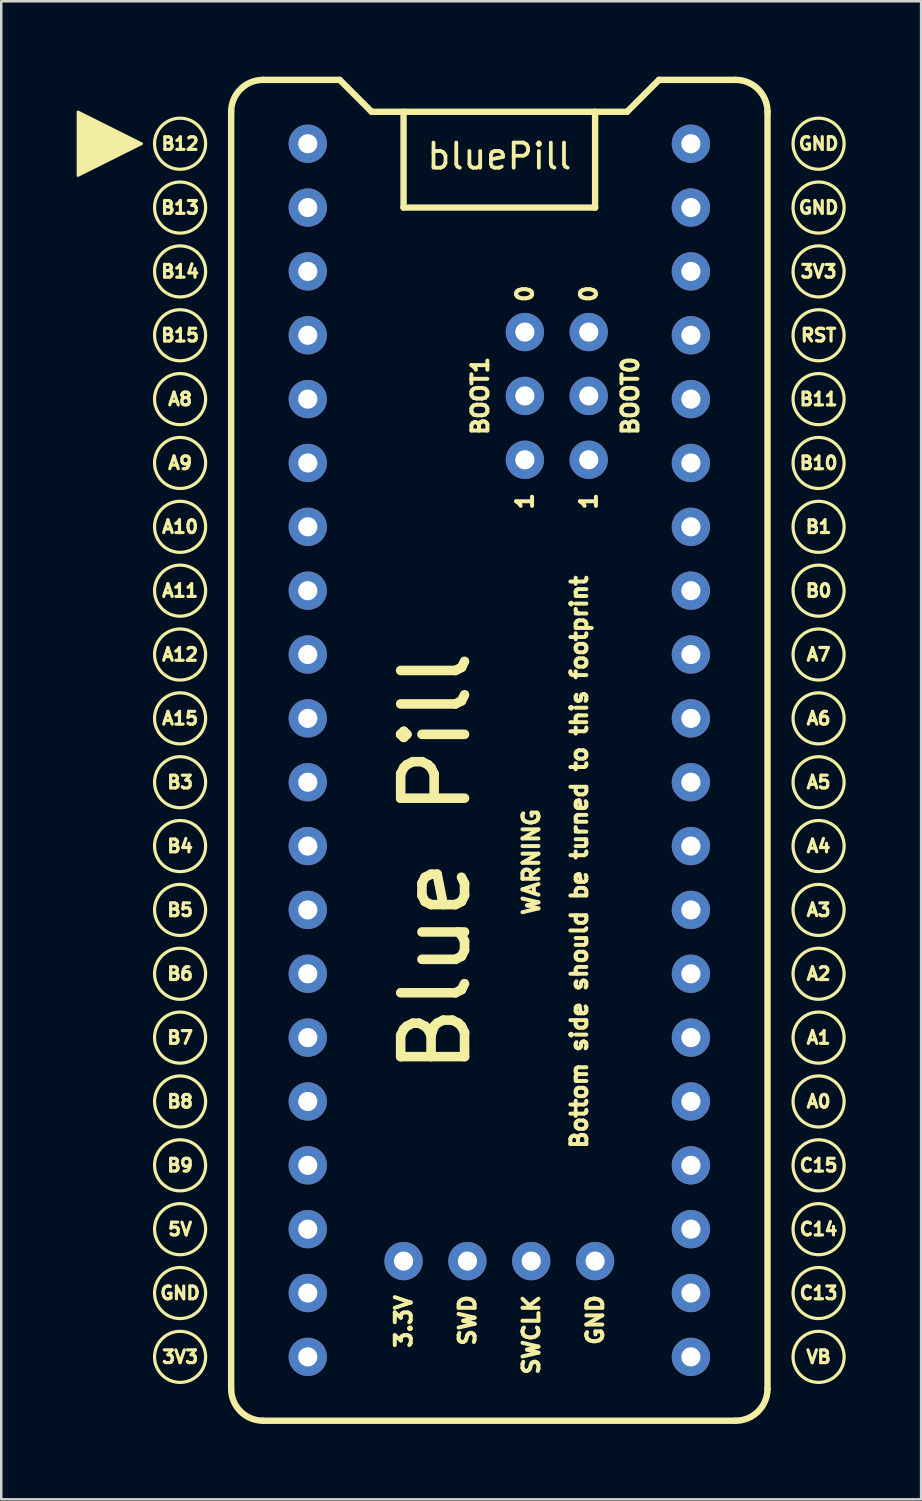
<source format=kicad_pcb>
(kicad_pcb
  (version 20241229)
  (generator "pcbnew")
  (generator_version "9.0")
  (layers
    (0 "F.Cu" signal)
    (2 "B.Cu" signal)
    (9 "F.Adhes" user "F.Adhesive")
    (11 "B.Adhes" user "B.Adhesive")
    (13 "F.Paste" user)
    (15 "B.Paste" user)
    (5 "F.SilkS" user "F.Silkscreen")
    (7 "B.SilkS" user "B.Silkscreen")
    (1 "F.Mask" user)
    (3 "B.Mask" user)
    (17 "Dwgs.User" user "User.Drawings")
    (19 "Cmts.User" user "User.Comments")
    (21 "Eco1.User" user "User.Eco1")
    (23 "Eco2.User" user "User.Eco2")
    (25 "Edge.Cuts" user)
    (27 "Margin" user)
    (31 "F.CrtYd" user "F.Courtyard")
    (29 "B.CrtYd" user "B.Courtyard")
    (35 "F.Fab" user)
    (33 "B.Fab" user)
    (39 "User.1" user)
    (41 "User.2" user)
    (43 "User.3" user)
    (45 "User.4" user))
  (footprint "bluePill"
    (layer "F.Cu")
    (at 16.814 2.667)
    (property "Reference" "bluePill" (at 0 0.5 0) (layer "F.SilkS") (effects (font (size 1 1) (thickness 0.15))))
    (attr through_hole)
    (fp_line (start -10.668 49.53) (end -10.668 -1.27) (stroke (width 0.254) (type solid)) (layer "F.SilkS"))
    (fp_line (start -9.398 -2.54) (end -6.35 -2.54) (stroke (width 0.254) (type solid)) (layer "F.SilkS"))
    (fp_line (start -6.35 -2.54) (end -5.08 -1.27) (stroke (width 0.254) (type solid)) (layer "F.SilkS"))
    (fp_line (start -5.08 -1.27) (end 5.08 -1.27) (stroke (width 0.254) (type solid)) (layer "F.SilkS"))
    (fp_line (start -3.81 -1.27) (end -3.81 2.54) (stroke (width 0.254) (type solid)) (layer "F.SilkS"))
    (fp_line (start -3.81 2.54) (end 3.81 2.54) (stroke (width 0.254) (type solid)) (layer "F.SilkS"))
    (fp_line (start 3.81 2.54) (end 3.81 -1.27) (stroke (width 0.254) (type solid)) (layer "F.SilkS"))
    (fp_line (start 5.08 -1.27) (end 6.35 -2.54) (stroke (width 0.254) (type solid)) (layer "F.SilkS"))
    (fp_line (start 6.35 -2.54) (end 9.398 -2.54) (stroke (width 0.254) (type solid)) (layer "F.SilkS"))
    (fp_line (start 9.398 50.8) (end -9.398 50.8) (stroke (width 0.254) (type solid)) (layer "F.SilkS"))
    (fp_line (start 10.668 -1.27) (end 10.668 49.53) (stroke (width 0.254) (type solid)) (layer "F.SilkS"))
    (fp_arc (start -10.668 -1.27) (mid -10.296026 -2.168026) (end -9.398 -2.54) (stroke (width 0.254) (type solid)) (layer "F.SilkS"))
    (fp_arc (start -9.398 50.8) (mid -10.296026 50.428026) (end -10.668 49.53) (stroke (width 0.254) (type solid)) (layer "F.SilkS"))
    (fp_arc (start 9.398 -2.54) (mid 10.296026 -2.168026) (end 10.668 -1.27) (stroke (width 0.254) (type solid)) (layer "F.SilkS"))
    (fp_arc (start 10.668 49.53) (mid 10.296026 50.428026) (end 9.398 50.8) (stroke (width 0.254) (type solid)) (layer "F.SilkS"))
    (fp_circle (center -12.7 0) (end -11.684 0) (stroke (width 0.127) (type solid)) (fill no) (layer "F.SilkS"))
    (fp_circle (center -12.7 2.54) (end -11.684 2.54) (stroke (width 0.127) (type solid)) (fill no) (layer "F.SilkS"))
    (fp_circle (center -12.7 5.08) (end -11.684 5.08) (stroke (width 0.127) (type solid)) (fill no) (layer "F.SilkS"))
    (fp_circle (center -12.7 7.62) (end -11.684 7.62) (stroke (width 0.127) (type solid)) (fill no) (layer "F.SilkS"))
    (fp_circle (center -12.7 10.16) (end -11.684 10.16) (stroke (width 0.127) (type solid)) (fill no) (layer "F.SilkS"))
    (fp_circle (center -12.7 12.7) (end -11.684 12.7) (stroke (width 0.127) (type solid)) (fill no) (layer "F.SilkS"))
    (fp_circle (center -12.7 15.24) (end -11.684 15.24) (stroke (width 0.127) (type solid)) (fill no) (layer "F.SilkS"))
    (fp_circle (center -12.7 17.78) (end -11.684 17.78) (stroke (width 0.127) (type solid)) (fill no) (layer "F.SilkS"))
    (fp_circle (center -12.7 20.32) (end -11.684 20.32) (stroke (width 0.127) (type solid)) (fill no) (layer "F.SilkS"))
    (fp_circle (center -12.7 22.86) (end -11.684 22.86) (stroke (width 0.127) (type solid)) (fill no) (layer "F.SilkS"))
    (fp_circle (center -12.7 25.4) (end -11.684 25.4) (stroke (width 0.127) (type solid)) (fill no) (layer "F.SilkS"))
    (fp_circle (center -12.7 27.94) (end -11.684 27.94) (stroke (width 0.127) (type solid)) (fill no) (layer "F.SilkS"))
    (fp_circle (center -12.7 30.48) (end -11.684 30.48) (stroke (width 0.127) (type solid)) (fill no) (layer "F.SilkS"))
    (fp_circle (center -12.7 33.02) (end -11.684 33.02) (stroke (width 0.127) (type solid)) (fill no) (layer "F.SilkS"))
    (fp_circle (center -12.7 35.56) (end -11.684 35.56) (stroke (width 0.127) (type solid)) (fill no) (layer "F.SilkS"))
    (fp_circle (center -12.7 38.1) (end -11.684 38.1) (stroke (width 0.127) (type solid)) (fill no) (layer "F.SilkS"))
    (fp_circle (center -12.7 40.64) (end -11.684 40.64) (stroke (width 0.127) (type solid)) (fill no) (layer "F.SilkS"))
    (fp_circle (center -12.7 43.18) (end -11.684 43.18) (stroke (width 0.127) (type solid)) (fill no) (layer "F.SilkS"))
    (fp_circle (center -12.7 45.72) (end -11.684 45.72) (stroke (width 0.127) (type solid)) (fill no) (layer "F.SilkS"))
    (fp_circle (center -12.7 48.26) (end -11.684 48.26) (stroke (width 0.127) (type solid)) (fill no) (layer "F.SilkS"))
    (fp_circle (center 12.7 0) (end 13.716 0) (stroke (width 0.127) (type solid)) (fill no) (layer "F.SilkS"))
    (fp_circle (center 12.7 2.54) (end 13.716 2.54) (stroke (width 0.127) (type solid)) (fill no) (layer "F.SilkS"))
    (fp_circle (center 12.7 5.08) (end 13.716 5.08) (stroke (width 0.127) (type solid)) (fill no) (layer "F.SilkS"))
    (fp_circle (center 12.7 7.62) (end 13.716 7.62) (stroke (width 0.127) (type solid)) (fill no) (layer "F.SilkS"))
    (fp_circle (center 12.7 10.16) (end 13.716 10.16) (stroke (width 0.127) (type solid)) (fill no) (layer "F.SilkS"))
    (fp_circle (center 12.7 12.7) (end 13.716 12.7) (stroke (width 0.127) (type solid)) (fill no) (layer "F.SilkS"))
    (fp_circle (center 12.7 15.24) (end 13.716 15.24) (stroke (width 0.127) (type solid)) (fill no) (layer "F.SilkS"))
    (fp_circle (center 12.7 17.78) (end 13.716 17.78) (stroke (width 0.127) (type solid)) (fill no) (layer "F.SilkS"))
    (fp_circle (center 12.7 20.32) (end 13.716 20.32) (stroke (width 0.127) (type solid)) (fill no) (layer "F.SilkS"))
    (fp_circle (center 12.7 22.86) (end 13.716 22.86) (stroke (width 0.127) (type solid)) (fill no) (layer "F.SilkS"))
    (fp_circle (center 12.7 25.4) (end 13.716 25.4) (stroke (width 0.127) (type solid)) (fill no) (layer "F.SilkS"))
    (fp_circle (center 12.7 27.94) (end 13.716 27.94) (stroke (width 0.127) (type solid)) (fill no) (layer "F.SilkS"))
    (fp_circle (center 12.7 30.48) (end 13.716 30.48) (stroke (width 0.127) (type solid)) (fill no) (layer "F.SilkS"))
    (fp_circle (center 12.7 33.02) (end 13.716 33.02) (stroke (width 0.127) (type solid)) (fill no) (layer "F.SilkS"))
    (fp_circle (center 12.7 35.56) (end 13.716 35.56) (stroke (width 0.127) (type solid)) (fill no) (layer "F.SilkS"))
    (fp_circle (center 12.7 38.1) (end 13.716 38.1) (stroke (width 0.127) (type solid)) (fill no) (layer "F.SilkS"))
    (fp_circle (center 12.7 40.64) (end 13.716 40.64) (stroke (width 0.127) (type solid)) (fill no) (layer "F.SilkS"))
    (fp_circle (center 12.7 43.18) (end 13.716 43.18) (stroke (width 0.127) (type solid)) (fill no) (layer "F.SilkS"))
    (fp_circle (center 12.7 45.72) (end 13.716 45.72) (stroke (width 0.127) (type solid)) (fill no) (layer "F.SilkS"))
    (fp_circle (center 12.7 48.26) (end 13.716 48.26) (stroke (width 0.127) (type solid)) (fill no) (layer "F.SilkS"))
    (fp_poly (pts (xy -16.764 1.27) (xy -14.224 0) (xy -16.764 -1.27)) (stroke (width 0.1) (type solid)) (fill yes) (layer "F.SilkS"))
    (fp_text user "C14" (at 12.7 43.18 0) (layer "F.SilkS") (effects (font (size 0.508 0.508) (thickness 0.127))))
    (fp_text user "B9" (at -12.7 40.64 0) (layer "F.SilkS") (effects (font (size 0.508 0.508) (thickness 0.127))))
    (fp_text user "A5" (at 12.7 25.4 0) (layer "F.SilkS") (effects (font (size 0.508 0.508) (thickness 0.127))))
    (fp_text user "B6" (at -12.7 33.02 0) (layer "F.SilkS") (effects (font (size 0.508 0.508) (thickness 0.127))))
    (fp_text user "A2" (at 12.7 33.02 0) (layer "F.SilkS") (effects (font (size 0.508 0.508) (thickness 0.127))))
    (fp_text user "B3" (at -12.7 25.4 0) (layer "F.SilkS") (effects (font (size 0.508 0.508) (thickness 0.127))))
    (fp_text user "BOOT0" (at 5.207 10.033 90) (layer "F.SilkS") (effects (font (size 0.635 0.635) (thickness 0.159))))
    (fp_text user "RST" (at 12.7 7.62 0) (layer "F.SilkS") (effects (font (size 0.508 0.508) (thickness 0.127))))
    (fp_text user "B0" (at 12.7 17.78 0) (layer "F.SilkS") (effects (font (size 0.508 0.508) (thickness 0.127))))
    (fp_text user "B15" (at -12.7 7.62 0) (layer "F.SilkS") (effects (font (size 0.508 0.508) (thickness 0.127))))
    (fp_text user "B4" (at -12.7 27.94 0) (layer "F.SilkS") (effects (font (size 0.508 0.508) (thickness 0.127))))
    (fp_text user "GND" (at 12.7 0 0) (layer "F.SilkS") (effects (font (size 0.508 0.508) (thickness 0.127))))
    (fp_text user "A7" (at 12.7 20.32 0) (layer "F.SilkS") (effects (font (size 0.508 0.508) (thickness 0.127))))
    (fp_text user "B13" (at -12.7 2.54 0) (layer "F.SilkS") (effects (font (size 0.508 0.508) (thickness 0.127))))
    (fp_text user "3V3" (at 12.7 5.08 0) (layer "F.SilkS") (effects (font (size 0.508 0.508) (thickness 0.127))))
    (fp_text user "BOOT1" (at -0.762 10.033 90) (layer "F.SilkS") (effects (font (size 0.635 0.635) (thickness 0.159))))
    (fp_text user "1" (at 3.556 14.224 270) (layer "F.SilkS") (effects (font (size 0.635 0.635) (thickness 0.159))))
    (fp_text user "WARNING" (at 1.27 28.575 270) (layer "F.SilkS") (effects (font (size 0.635 0.635) (thickness 0.159))))
    (fp_text user "1" (at 1.016 14.224 270) (layer "F.SilkS") (effects (font (size 0.635 0.635) (thickness 0.159))))
    (fp_text user "SWCLK" (at 1.27 45.72 90) (layer "F.SilkS") (effects (font (size 0.635 0.635) (thickness 0.159)) (justify right)))
    (fp_text user "A1" (at 12.7 35.56 0) (layer "F.SilkS") (effects (font (size 0.508 0.508) (thickness 0.127))))
    (fp_text user "Bottom side should be turned to this footprint" (at 3.175 28.575 270) (layer "F.SilkS") (effects (font (size 0.635 0.635) (thickness 0.159))))
    (fp_text user "A0" (at 12.7 38.1 0) (layer "F.SilkS") (effects (font (size 0.508 0.508) (thickness 0.127))))
    (fp_text user "B10" (at 12.7 12.7 0) (layer "F.SilkS") (effects (font (size 0.508 0.508) (thickness 0.127))))
    (fp_text user "VB" (at 12.7 48.26 0) (layer "F.SilkS") (effects (font (size 0.508 0.508) (thickness 0.127))))
    (fp_text user "A9" (at -12.7 12.7 0) (layer "F.SilkS") (effects (font (size 0.508 0.508) (thickness 0.127))))
    (fp_text user "Blue Pill" (at -2.54 28.575 90) (layer "F.SilkS") (effects (font (size 2.54 2.54) (thickness 0.381))))
    (fp_text user "B11" (at 12.7 10.16 0) (layer "F.SilkS") (effects (font (size 0.508 0.508) (thickness 0.127))))
    (fp_text user "B14" (at -12.7 5.08 0) (layer "F.SilkS") (effects (font (size 0.508 0.508) (thickness 0.127))))
    (fp_text user "B1" (at 12.7 15.24 0) (layer "F.SilkS") (effects (font (size 0.508 0.508) (thickness 0.127))))
    (fp_text user "SWD" (at -1.27 45.72 270) (layer "F.SilkS") (effects (font (size 0.635 0.635) (thickness 0.159)) (justify right)))
    (fp_text user "A3" (at 12.7 30.48 0) (layer "F.SilkS") (effects (font (size 0.508 0.508) (thickness 0.127))))
    (fp_text user "A8" (at -12.7 10.16 0) (layer "F.SilkS") (effects (font (size 0.508 0.508) (thickness 0.127))))
    (fp_text user "A12" (at -12.7 20.32 0) (layer "F.SilkS") (effects (font (size 0.508 0.508) (thickness 0.127))))
    (fp_text user "B5" (at -12.7 30.48 0) (layer "F.SilkS") (effects (font (size 0.508 0.508) (thickness 0.127))))
    (fp_text user "0" (at 3.556 5.969 270) (layer "F.SilkS") (effects (font (size 0.635 0.635) (thickness 0.159))))
    (fp_text user "C13" (at 12.7 45.72 0) (layer "F.SilkS") (effects (font (size 0.508 0.508) (thickness 0.127))))
    (fp_text user "A10" (at -12.7 15.24 0) (layer "F.SilkS") (effects (font (size 0.508 0.508) (thickness 0.127))))
    (fp_text user "3V3" (at -12.7 48.26 0) (layer "F.SilkS") (effects (font (size 0.508 0.508) (thickness 0.127))))
    (fp_text user "B7" (at -12.7 35.56 0) (layer "F.SilkS") (effects (font (size 0.508 0.508) (thickness 0.127))))
    (fp_text user "A11" (at -12.7 17.78 0) (layer "F.SilkS") (effects (font (size 0.508 0.508) (thickness 0.127))))
    (fp_text user "5V" (at -12.7 43.18 0) (layer "F.SilkS") (effects (font (size 0.508 0.508) (thickness 0.127))))
    (fp_text user "B12" (at -12.7 0 0) (layer "F.SilkS") (effects (font (size 0.5 0.5) (thickness 0.125))))
    (fp_text user "B8" (at -12.7 38.1 0) (layer "F.SilkS") (effects (font (size 0.508 0.508) (thickness 0.127))))
    (fp_text user "GND" (at 3.81 45.72 270) (layer "F.SilkS") (effects (font (size 0.635 0.635) (thickness 0.159)) (justify right)))
    (fp_text user "GND" (at 12.7 2.54 0) (layer "F.SilkS") (effects (font (size 0.508 0.508) (thickness 0.127))))
    (fp_text user "A6" (at 12.7 22.86 0) (layer "F.SilkS") (effects (font (size 0.508 0.508) (thickness 0.127))))
    (fp_text user "A4" (at 12.7 27.94 0) (layer "F.SilkS") (effects (font (size 0.508 0.508) (thickness 0.127))))
    (fp_text user "3.3V" (at -3.81 45.72 270) (layer "F.SilkS") (effects (font (size 0.635 0.635) (thickness 0.159)) (justify right)))
    (fp_text user "GND" (at -12.7 45.72 0) (layer "F.SilkS") (effects (font (size 0.508 0.508) (thickness 0.127))))
    (fp_text user "C15" (at 12.7 40.64 0) (layer "F.SilkS") (effects (font (size 0.508 0.508) (thickness 0.127))))
    (fp_text user "0" (at 1.016 5.969 270) (layer "F.SilkS") (effects (font (size 0.635 0.635) (thickness 0.159))))
    (fp_text user "A15" (at -12.7 22.86 0) (layer "F.SilkS") (effects (font (size 0.508 0.508) (thickness 0.127))))
    (pad "1" thru_hole circle (at 7.62 48.26) (size 1.524 1.524) (drill 0.762) (layers "*.Cu" "*.Mask"))
    (pad "2" thru_hole circle (at 7.62 45.72) (size 1.524 1.524) (drill 0.762) (layers "*.Cu" "*.Mask"))
    (pad "3" thru_hole circle (at 7.62 43.18) (size 1.524 1.524) (drill 0.762) (layers "*.Cu" "*.Mask"))
    (pad "4" thru_hole circle (at 7.62 40.64) (size 1.524 1.524) (drill 0.762) (layers "*.Cu" "*.Mask"))
    (pad "5" thru_hole circle (at 7.62 38.1) (size 1.524 1.524) (drill 0.762) (layers "*.Cu" "*.Mask"))
    (pad "6" thru_hole circle (at 7.62 35.56) (size 1.524 1.524) (drill 0.762) (layers "*.Cu" "*.Mask"))
    (pad "7" thru_hole circle (at 7.62 33.02) (size 1.524 1.524) (drill 0.762) (layers "*.Cu" "*.Mask"))
    (pad "8" thru_hole circle (at 7.62 30.48) (size 1.524 1.524) (drill 0.762) (layers "*.Cu" "*.Mask"))
    (pad "9" thru_hole circle (at 7.62 27.94) (size 1.524 1.524) (drill 0.762) (layers "*.Cu" "*.Mask"))
    (pad "10" thru_hole circle (at 7.62 25.4) (size 1.524 1.524) (drill 0.762) (layers "*.Cu" "*.Mask"))
    (pad "11" thru_hole circle (at 7.62 22.86) (size 1.524 1.524) (drill 0.762) (layers "*.Cu" "*.Mask"))
    (pad "12" thru_hole circle (at 7.62 20.32) (size 1.524 1.524) (drill 0.762) (layers "*.Cu" "*.Mask"))
    (pad "13" thru_hole circle (at 7.62 17.78) (size 1.524 1.524) (drill 0.762) (layers "*.Cu" "*.Mask"))
    (pad "14" thru_hole circle (at 7.62 15.24) (size 1.524 1.524) (drill 0.762) (layers "*.Cu" "*.Mask"))
    (pad "15" thru_hole circle (at 7.62 12.7) (size 1.524 1.524) (drill 0.762) (layers "*.Cu" "*.Mask"))
    (pad "16" thru_hole circle (at 7.62 10.16) (size 1.524 1.524) (drill 0.762) (layers "*.Cu" "*.Mask"))
    (pad "17" thru_hole circle (at 7.62 7.62) (size 1.524 1.524) (drill 0.762) (layers "*.Cu" "*.Mask"))
    (pad "18" thru_hole circle (at 7.62 5.08) (size 1.524 1.524) (drill 0.762) (layers "*.Cu" "*.Mask"))
    (pad "19" thru_hole circle (at 7.62 2.54) (size 1.524 1.524) (drill 0.762) (layers "*.Cu" "*.Mask"))
    (pad "20" thru_hole circle (at 7.62 0) (size 1.524 1.524) (drill 0.762) (layers "*.Cu" "*.Mask"))
    (pad "21" thru_hole circle (at -7.62 0) (size 1.524 1.524) (drill 0.762) (layers "*.Cu" "*.Mask"))
    (pad "21" thru_hole circle (at -7.62 25.4) (size 1.524 1.524) (drill 0.762) (layers "*.Cu" "*.Mask"))
    (pad "22" thru_hole circle (at -7.62 2.54) (size 1.524 1.524) (drill 0.762) (layers "*.Cu" "*.Mask"))
    (pad "23" thru_hole circle (at -7.62 5.08) (size 1.524 1.524) (drill 0.762) (layers "*.Cu" "*.Mask"))
    (pad "24" thru_hole circle (at -7.62 7.62) (size 1.524 1.524) (drill 0.762) (layers "*.Cu" "*.Mask"))
    (pad "25" thru_hole circle (at -7.62 10.16) (size 1.524 1.524) (drill 0.762) (layers "*.Cu" "*.Mask"))
    (pad "26" thru_hole circle (at -7.62 12.7) (size 1.524 1.524) (drill 0.762) (layers "*.Cu" "*.Mask"))
    (pad "27" thru_hole circle (at -7.62 15.24) (size 1.524 1.524) (drill 0.762) (layers "*.Cu" "*.Mask"))
    (pad "28" thru_hole circle (at -7.62 17.78) (size 1.524 1.524) (drill 0.762) (layers "*.Cu" "*.Mask"))
    (pad "29" thru_hole circle (at -7.62 20.32) (size 1.524 1.524) (drill 0.762) (layers "*.Cu" "*.Mask"))
    (pad "30" thru_hole circle (at -7.62 22.86) (size 1.524 1.524) (drill 0.762) (layers "*.Cu" "*.Mask"))
    (pad "32" thru_hole circle (at -7.62 27.94) (size 1.524 1.524) (drill 0.762) (layers "*.Cu" "*.Mask"))
    (pad "33" thru_hole circle (at -7.62 30.48) (size 1.524 1.524) (drill 0.762) (layers "*.Cu" "*.Mask"))
    (pad "34" thru_hole circle (at -7.62 33.02) (size 1.524 1.524) (drill 0.762) (layers "*.Cu" "*.Mask"))
    (pad "35" thru_hole circle (at -7.62 35.56) (size 1.524 1.524) (drill 0.762) (layers "*.Cu" "*.Mask"))
    (pad "36" thru_hole circle (at -7.62 38.1) (size 1.524 1.524) (drill 0.762) (layers "*.Cu" "*.Mask"))
    (pad "37" thru_hole circle (at -7.62 40.64) (size 1.524 1.524) (drill 0.762) (layers "*.Cu" "*.Mask"))
    (pad "38" thru_hole circle (at -7.62 43.18) (size 1.524 1.524) (drill 0.762) (layers "*.Cu" "*.Mask"))
    (pad "39" thru_hole circle (at -7.62 45.72) (size 1.524 1.524) (drill 0.762) (layers "*.Cu" "*.Mask"))
    (pad "40" thru_hole circle (at -7.62 48.26) (size 1.524 1.524) (drill 0.762) (layers "*.Cu" "*.Mask"))
    (pad "41" thru_hole circle (at 3.556 7.493) (size 1.524 1.524) (drill 0.762) (layers "*.Cu" "*.Mask"))
    (pad "42" thru_hole circle (at 3.556 10.033) (size 1.524 1.524) (drill 0.762) (layers "*.Cu" "*.Mask"))
    (pad "43" thru_hole circle (at 3.556 12.573) (size 1.524 1.524) (drill 0.762) (layers "*.Cu" "*.Mask"))
    (pad "44" thru_hole circle (at 1.016 7.493) (size 1.524 1.524) (drill 0.762) (layers "*.Cu" "*.Mask"))
    (pad "45" thru_hole circle (at 1.016 10.033) (size 1.524 1.524) (drill 0.762) (layers "*.Cu" "*.Mask"))
    (pad "46" thru_hole circle (at 1.016 12.573) (size 1.524 1.524) (drill 0.762) (layers "*.Cu" "*.Mask"))
    (pad "47" thru_hole circle (at -3.81 44.45) (size 1.524 1.524) (drill 0.762) (layers "*.Cu" "*.Mask"))
    (pad "48" thru_hole circle (at -1.27 44.45) (size 1.524 1.524) (drill 0.762) (layers "*.Cu" "*.Mask"))
    (pad "49" thru_hole circle (at 1.27 44.45) (size 1.524 1.524) (drill 0.762) (layers "*.Cu" "*.Mask"))
    (pad "50" thru_hole circle (at 3.81 44.45) (size 1.524 1.524) (drill 0.762) (layers "*.Cu" "*.Mask")))
  (gr_rect
    (start -3 -3)
    (end 33.593 56.594)
    (stroke (width 0.1) (type default))
    (fill no)
    (layer "Edge.Cuts")))
</source>
